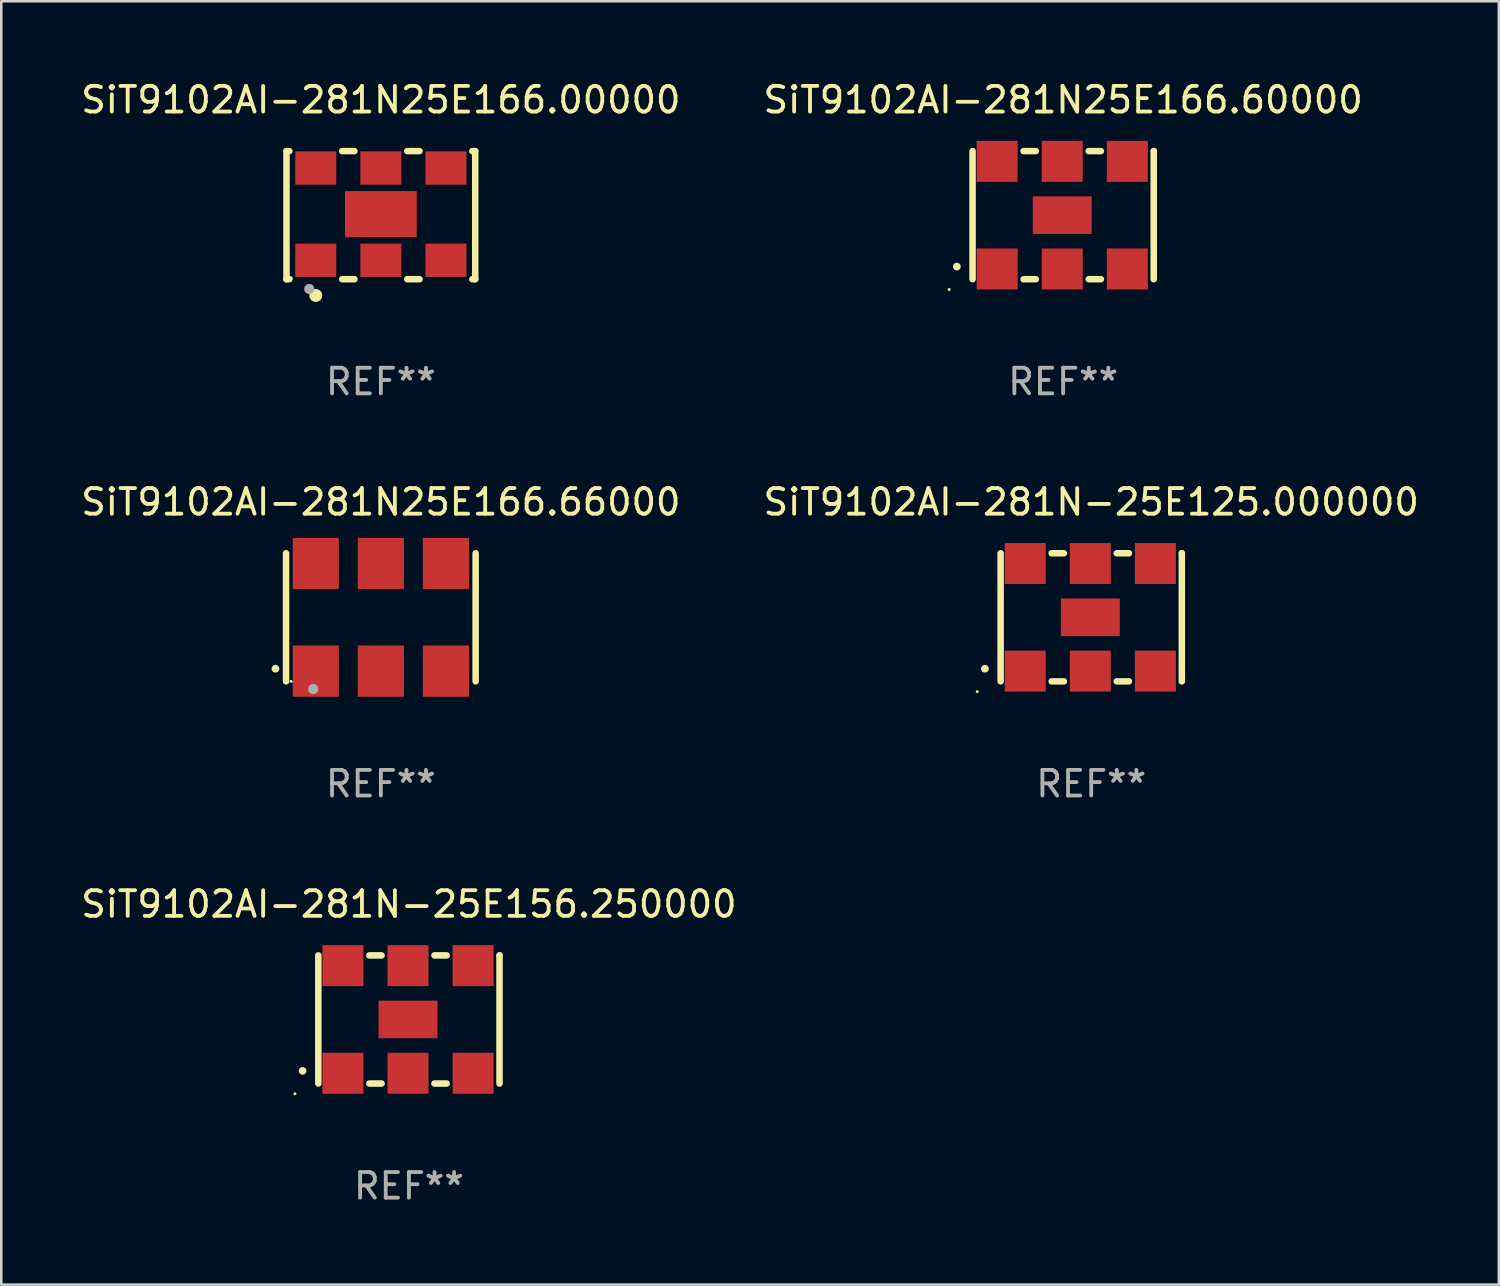
<source format=kicad_pcb>
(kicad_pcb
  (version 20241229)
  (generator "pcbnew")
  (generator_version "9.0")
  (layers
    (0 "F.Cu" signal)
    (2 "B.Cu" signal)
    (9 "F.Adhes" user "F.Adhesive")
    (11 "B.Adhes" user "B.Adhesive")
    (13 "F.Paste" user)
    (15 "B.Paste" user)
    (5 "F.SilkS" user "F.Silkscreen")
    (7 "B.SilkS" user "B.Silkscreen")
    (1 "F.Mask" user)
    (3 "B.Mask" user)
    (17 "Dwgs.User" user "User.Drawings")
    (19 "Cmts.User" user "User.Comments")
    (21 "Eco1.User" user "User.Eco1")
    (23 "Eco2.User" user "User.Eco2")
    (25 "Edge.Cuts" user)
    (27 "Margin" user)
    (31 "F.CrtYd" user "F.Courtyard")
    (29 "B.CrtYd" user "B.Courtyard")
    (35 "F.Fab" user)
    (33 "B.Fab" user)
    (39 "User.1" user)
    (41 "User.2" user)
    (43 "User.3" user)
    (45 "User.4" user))
  (footprint "SiT9102AI-281N25E166.00000"
    (layer "F.Cu")
    (at 11.815 5.348)
    (property "Reference" "SiT9102AI-281N25E166.00000" (at 0 -4.5 0) (layer "F.SilkS") (effects (font (size 1 1) (thickness 0.15))))
    (attr through_hole)
    (fp_line (start -3.683 -2.5) (end -3.571 -2.5) (stroke (width 0.254) (type solid)) (layer "F.SilkS"))
    (fp_line (start -3.683 2.5) (end -3.683 -2.5) (stroke (width 0.254) (type solid)) (layer "F.SilkS"))
    (fp_line (start -3.683 2.5) (end -3.571 2.5) (stroke (width 0.254) (type solid)) (layer "F.SilkS"))
    (fp_line (start -1.509 -2.5) (end -1.031 -2.5) (stroke (width 0.254) (type solid)) (layer "F.SilkS"))
    (fp_line (start -1.509 2.5) (end -1.031 2.5) (stroke (width 0.254) (type solid)) (layer "F.SilkS"))
    (fp_line (start 1.031 -2.5) (end 1.509 -2.5) (stroke (width 0.254) (type solid)) (layer "F.SilkS"))
    (fp_line (start 1.031 2.5) (end 1.509 2.5) (stroke (width 0.254) (type solid)) (layer "F.SilkS"))
    (fp_line (start 3.571 -2.5) (end 3.683 -2.5) (stroke (width 0.254) (type solid)) (layer "F.SilkS"))
    (fp_line (start 3.571 2.5) (end 3.683 2.5) (stroke (width 0.254) (type solid)) (layer "F.SilkS"))
    (fp_line (start 3.683 2.5) (end 3.683 -2.5) (stroke (width 0.254) (type solid)) (layer "F.SilkS"))
    (fp_circle (center -3.5 2.46) (end -3.47 2.46) (stroke (width 0.06) (type solid)) (fill no) (layer "F.SilkS"))
    (fp_circle (center -2.54 3.135) (end -2.413 3.135) (stroke (width 0.254) (type solid)) (fill no) (layer "F.SilkS"))
    (fp_circle (center -2.794 2.881) (end -2.694 2.881) (stroke (width 0.2) (type solid)) (fill no) (layer "F.Fab"))
    (fp_text user "REF**" (at 0 6.5 0) (layer "F.Fab") (effects (font (size 1 1) (thickness 0.15))))
    (pad "1" smd rect (at -2.54 1.76) (size 1.6 1.3) (layers "F.Cu" "F.Mask" "F.Paste"))
    (pad "2" smd rect (at 0 1.76) (size 1.6 1.3) (layers "F.Cu" "F.Mask" "F.Paste"))
    (pad "3" smd rect (at 2.54 1.76) (size 1.6 1.3) (layers "F.Cu" "F.Mask" "F.Paste"))
    (pad "4" smd rect (at 2.54 -1.84) (size 1.6 1.3) (layers "F.Cu" "F.Mask" "F.Paste"))
    (pad "5" smd rect (at 0 -1.84) (size 1.6 1.3) (layers "F.Cu" "F.Mask" "F.Paste"))
    (pad "6" smd rect (at -2.54 -1.84) (size 1.6 1.3) (layers "F.Cu" "F.Mask" "F.Paste"))
    (pad "7" smd rect (at 0 -0.04) (size 2.8 1.8) (layers "F.Cu" "F.Mask" "F.Paste")))
  (footprint "SiT9102AI-281N-25E156.250000"
    (layer "F.Cu")
    (at 12.911 36.741)
    (property "Reference" "SiT9102AI-281N-25E156.250000" (at 0 -4.5 0) (layer "F.SilkS") (effects (font (size 1 1) (thickness 0.15))))
    (attr through_hole)
    (fp_line (start -3.536 -2.5) (end -3.536 2.5) (stroke (width 0.254) (type solid)) (layer "F.SilkS"))
    (fp_line (start -1.544 2.5) (end -1.067 2.5) (stroke (width 0.254) (type solid)) (layer "F.SilkS"))
    (fp_line (start -1.067 -2.5) (end -1.544 -2.5) (stroke (width 0.254) (type solid)) (layer "F.SilkS"))
    (fp_line (start 0.996 2.5) (end 1.473 2.5) (stroke (width 0.254) (type solid)) (layer "F.SilkS"))
    (fp_line (start 1.473 -2.5) (end 0.996 -2.5) (stroke (width 0.254) (type solid)) (layer "F.SilkS"))
    (fp_line (start 3.536 -2.5) (end 3.536 -2.5) (stroke (width 0.254) (type solid)) (layer "F.SilkS"))
    (fp_line (start 3.536 2.5) (end 3.536 -2.5) (stroke (width 0.254) (type solid)) (layer "F.SilkS"))
    (fp_arc (start -4.150432 2.006604) (mid -4.149162 2.006599) (end -4.147892 2.006604) (stroke (width 0.3) (type solid)) (layer "F.SilkS"))
    (fp_circle (center -4.449 2.9) (end -4.419 2.9) (stroke (width 0.06) (type solid)) (fill no) (layer "F.SilkS"))
    (fp_text user "REF**" (at 0 6.5 0) (layer "F.Fab") (effects (font (size 1 1) (thickness 0.15))))
    (pad "1" smd rect (at -2.576 2.1) (size 1.6 1.6) (layers "F.Cu" "F.Mask" "F.Paste"))
    (pad "2" smd rect (at -0.036 2.1) (size 1.6 1.6) (layers "F.Cu" "F.Mask" "F.Paste"))
    (pad "3" smd rect (at 2.504 2.1) (size 1.6 1.6) (layers "F.Cu" "F.Mask" "F.Paste"))
    (pad "4" smd rect (at 2.504 -2.1) (size 1.6 1.6) (layers "F.Cu" "F.Mask" "F.Paste"))
    (pad "5" smd rect (at -0.036 -2.1) (size 1.6 1.6) (layers "F.Cu" "F.Mask" "F.Paste"))
    (pad "6" smd rect (at -2.576 -2.1) (size 1.6 1.6) (layers "F.Cu" "F.Mask" "F.Paste"))
    (pad "7" smd rect (at -0.036 0) (size 2.3 1.47) (layers "F.Cu" "F.Mask" "F.Paste")))
  (footprint "SiT9102AI-281N-25E125.000000"
    (layer "F.Cu")
    (at 39.542 21.045)
    (property "Reference" "SiT9102AI-281N-25E125.000000" (at 0 -4.5 0) (layer "F.SilkS") (effects (font (size 1 1) (thickness 0.15))))
    (attr through_hole)
    (fp_line (start -3.536 -2.5) (end -3.536 2.5) (stroke (width 0.254) (type solid)) (layer "F.SilkS"))
    (fp_line (start -1.544 2.5) (end -1.067 2.5) (stroke (width 0.254) (type solid)) (layer "F.SilkS"))
    (fp_line (start -1.067 -2.5) (end -1.544 -2.5) (stroke (width 0.254) (type solid)) (layer "F.SilkS"))
    (fp_line (start 0.996 2.5) (end 1.473 2.5) (stroke (width 0.254) (type solid)) (layer "F.SilkS"))
    (fp_line (start 1.473 -2.5) (end 0.996 -2.5) (stroke (width 0.254) (type solid)) (layer "F.SilkS"))
    (fp_line (start 3.536 -2.5) (end 3.536 -2.5) (stroke (width 0.254) (type solid)) (layer "F.SilkS"))
    (fp_line (start 3.536 2.5) (end 3.536 -2.5) (stroke (width 0.254) (type solid)) (layer "F.SilkS"))
    (fp_arc (start -4.150432 2.006604) (mid -4.149162 2.006599) (end -4.147892 2.006604) (stroke (width 0.3) (type solid)) (layer "F.SilkS"))
    (fp_circle (center -4.449 2.9) (end -4.419 2.9) (stroke (width 0.06) (type solid)) (fill no) (layer "F.SilkS"))
    (fp_text user "REF**" (at 0 6.5 0) (layer "F.Fab") (effects (font (size 1 1) (thickness 0.15))))
    (pad "1" smd rect (at -2.576 2.1) (size 1.6 1.6) (layers "F.Cu" "F.Mask" "F.Paste"))
    (pad "2" smd rect (at -0.036 2.1) (size 1.6 1.6) (layers "F.Cu" "F.Mask" "F.Paste"))
    (pad "3" smd rect (at 2.504 2.1) (size 1.6 1.6) (layers "F.Cu" "F.Mask" "F.Paste"))
    (pad "4" smd rect (at 2.504 -2.1) (size 1.6 1.6) (layers "F.Cu" "F.Mask" "F.Paste"))
    (pad "5" smd rect (at -0.036 -2.1) (size 1.6 1.6) (layers "F.Cu" "F.Mask" "F.Paste"))
    (pad "6" smd rect (at -2.576 -2.1) (size 1.6 1.6) (layers "F.Cu" "F.Mask" "F.Paste"))
    (pad "7" smd rect (at -0.036 0) (size 2.3 1.47) (layers "F.Cu" "F.Mask" "F.Paste")))
  (footprint "SiT9102AI-281N25E166.66000"
    (layer "F.Cu")
    (at 11.815 21.045)
    (property "Reference" "SiT9102AI-281N25E166.66000" (at 0 -4.5 0) (layer "F.SilkS") (effects (font (size 1 1) (thickness 0.15))))
    (attr through_hole)
    (fp_line (start -3.7 -2.5) (end -3.7 2.5) (stroke (width 0.254) (type solid)) (layer "F.SilkS"))
    (fp_line (start 3.7 -2.5) (end 3.7 2.5) (stroke (width 0.254) (type solid)) (layer "F.SilkS"))
    (fp_arc (start -4.114415 2.006604) (mid -4.113145 2.006599) (end -4.111875 2.006604) (stroke (width 0.3) (type solid)) (layer "F.SilkS"))
    (fp_circle (center -3.5 2.501) (end -3.47 2.501) (stroke (width 0.06) (type solid)) (fill no) (layer "F.SilkS"))
    (fp_circle (center -2.641 2.799) (end -2.541 2.799) (stroke (width 0.2) (type solid)) (fill no) (layer "F.Fab"))
    (fp_text user "REF**" (at 0 6.5 0) (layer "F.Fab") (effects (font (size 1 1) (thickness 0.15))))
    (pad "1" smd rect (at -2.54 2.1) (size 1.8 2) (layers "F.Cu" "F.Mask" "F.Paste"))
    (pad "2" smd rect (at 0.000394 2.1) (size 1.8 2) (layers "F.Cu" "F.Mask" "F.Paste"))
    (pad "3" smd rect (at 2.54 2.1) (size 1.8 2) (layers "F.Cu" "F.Mask" "F.Paste"))
    (pad "4" smd rect (at 2.54 -2.1) (size 1.8 2) (layers "F.Cu" "F.Mask" "F.Paste"))
    (pad "5" smd rect (at 0.000394 -2.1) (size 1.8 2) (layers "F.Cu" "F.Mask" "F.Paste"))
    (pad "6" smd rect (at -2.54 -2.1) (size 1.8 2) (layers "F.Cu" "F.Mask" "F.Paste")))
  (footprint "SiT9102AI-281N25E166.60000"
    (layer "F.Cu")
    (at 38.446 5.348)
    (property "Reference" "SiT9102AI-281N25E166.60000" (at 0 -4.5 0) (layer "F.SilkS") (effects (font (size 1 1) (thickness 0.15))))
    (attr through_hole)
    (fp_line (start -3.536 -2.5) (end -3.536 2.5) (stroke (width 0.254) (type solid)) (layer "F.SilkS"))
    (fp_line (start -1.544 2.5) (end -1.067 2.5) (stroke (width 0.254) (type solid)) (layer "F.SilkS"))
    (fp_line (start -1.067 -2.5) (end -1.544 -2.5) (stroke (width 0.254) (type solid)) (layer "F.SilkS"))
    (fp_line (start 0.996 2.5) (end 1.473 2.5) (stroke (width 0.254) (type solid)) (layer "F.SilkS"))
    (fp_line (start 1.473 -2.5) (end 0.996 -2.5) (stroke (width 0.254) (type solid)) (layer "F.SilkS"))
    (fp_line (start 3.536 -2.5) (end 3.536 -2.5) (stroke (width 0.254) (type solid)) (layer "F.SilkS"))
    (fp_line (start 3.536 2.5) (end 3.536 -2.5) (stroke (width 0.254) (type solid)) (layer "F.SilkS"))
    (fp_arc (start -4.150432 2.006604) (mid -4.149162 2.006599) (end -4.147892 2.006604) (stroke (width 0.3) (type solid)) (layer "F.SilkS"))
    (fp_circle (center -4.449 2.9) (end -4.419 2.9) (stroke (width 0.06) (type solid)) (fill no) (layer "F.SilkS"))
    (fp_text user "REF**" (at 0 6.5 0) (layer "F.Fab") (effects (font (size 1 1) (thickness 0.15))))
    (pad "1" smd rect (at -2.576 2.1) (size 1.6 1.6) (layers "F.Cu" "F.Mask" "F.Paste"))
    (pad "2" smd rect (at -0.036 2.1) (size 1.6 1.6) (layers "F.Cu" "F.Mask" "F.Paste"))
    (pad "3" smd rect (at 2.504 2.1) (size 1.6 1.6) (layers "F.Cu" "F.Mask" "F.Paste"))
    (pad "4" smd rect (at 2.504 -2.1) (size 1.6 1.6) (layers "F.Cu" "F.Mask" "F.Paste"))
    (pad "5" smd rect (at -0.036 -2.1) (size 1.6 1.6) (layers "F.Cu" "F.Mask" "F.Paste"))
    (pad "6" smd rect (at -2.576 -2.1) (size 1.6 1.6) (layers "F.Cu" "F.Mask" "F.Paste"))
    (pad "7" smd rect (at -0.036 0) (size 2.3 1.47) (layers "F.Cu" "F.Mask" "F.Paste")))
  (gr_rect
    (start -3 -3)
    (end 55.452 47.09)
    (stroke (width 0.1) (type default))
    (fill no)
    (layer "Edge.Cuts")))
</source>
